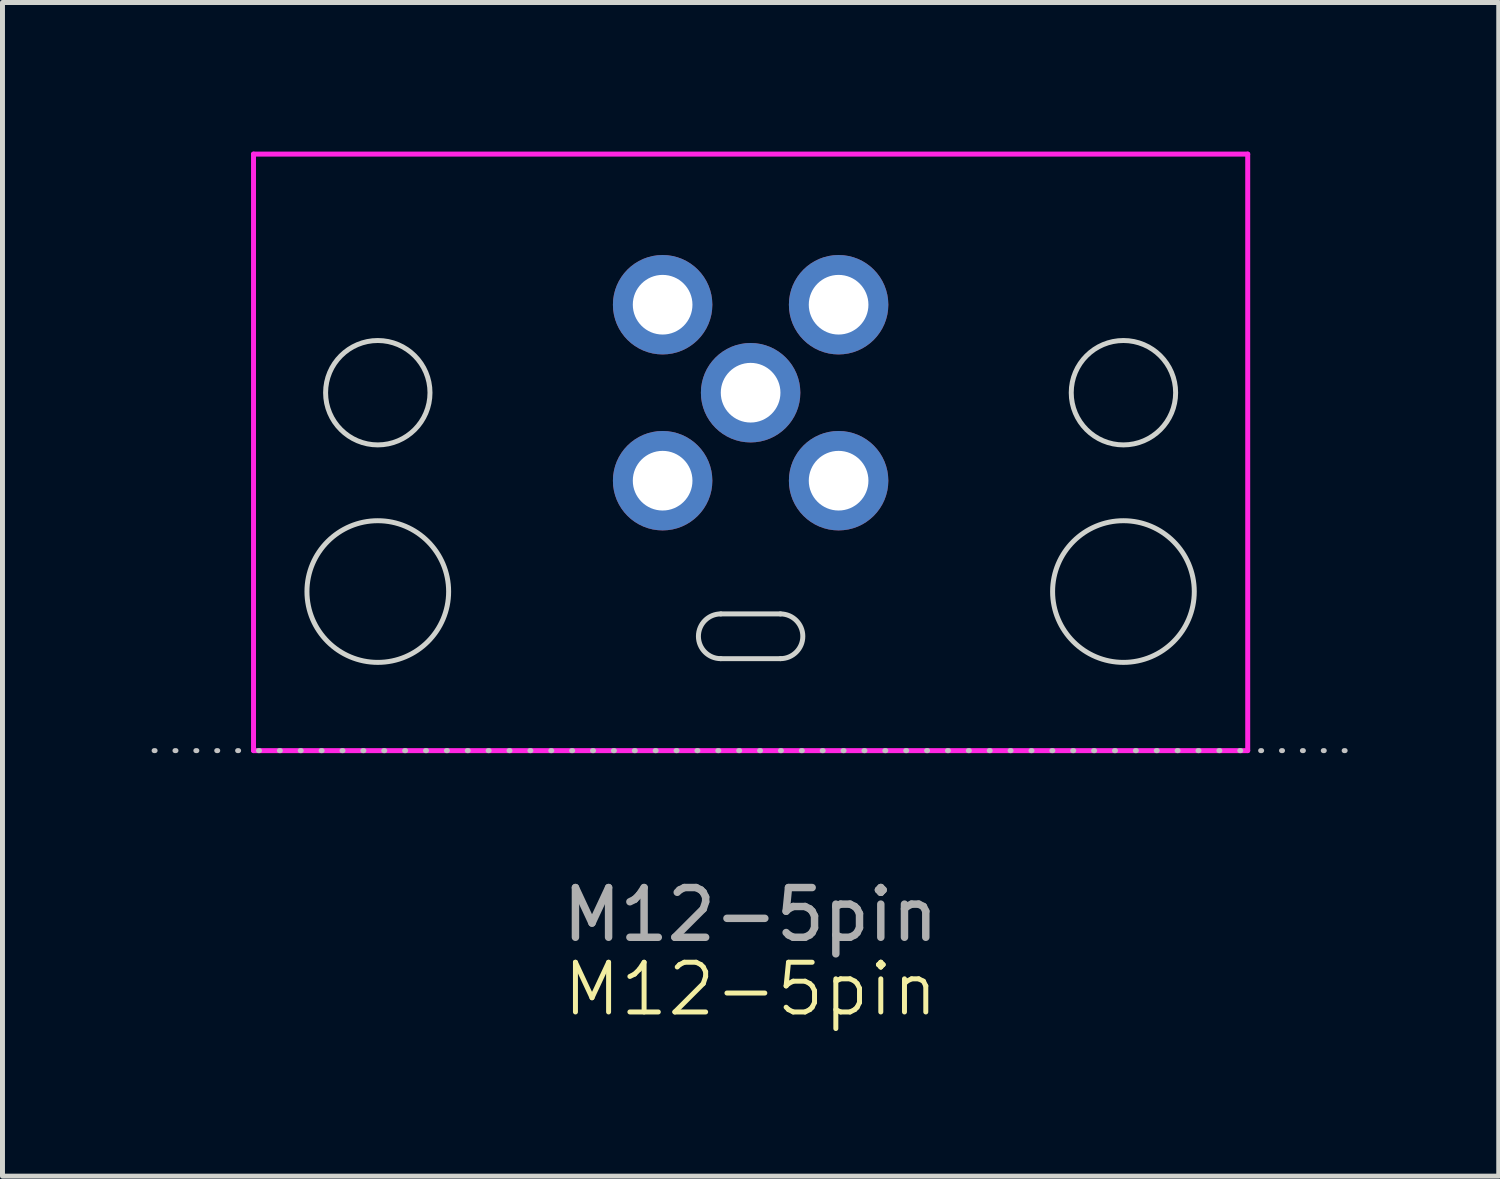
<source format=kicad_pcb>
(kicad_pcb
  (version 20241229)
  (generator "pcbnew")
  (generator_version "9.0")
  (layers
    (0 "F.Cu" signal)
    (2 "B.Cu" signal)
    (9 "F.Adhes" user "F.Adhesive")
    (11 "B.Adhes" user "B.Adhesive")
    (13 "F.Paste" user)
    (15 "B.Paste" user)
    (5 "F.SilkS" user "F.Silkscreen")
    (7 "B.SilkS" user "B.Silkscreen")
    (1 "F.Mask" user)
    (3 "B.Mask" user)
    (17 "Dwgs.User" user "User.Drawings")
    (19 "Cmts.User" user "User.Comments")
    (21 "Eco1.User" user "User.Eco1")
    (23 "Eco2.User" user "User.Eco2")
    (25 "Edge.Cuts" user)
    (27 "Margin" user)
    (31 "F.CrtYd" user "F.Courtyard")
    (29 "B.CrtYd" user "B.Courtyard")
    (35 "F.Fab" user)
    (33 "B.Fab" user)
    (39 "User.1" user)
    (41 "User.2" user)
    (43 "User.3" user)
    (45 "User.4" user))
  (footprint "M12-5pin"
    (layer "F.Cu")
    (at 12.05 4.85)
    (property "Reference" "M12-5pin" (at 0 12 0) (unlocked yes) (layer "F.SilkS") (effects (font (size 1 1) (thickness 0.1))))
    (attr through_hole)
    (fp_line (start -12 7.2) (end 12 7.2) (stroke (width 0.1) (type dot)) (layer "Dwgs.User"))
    (fp_line (start -0.6 4.45) (end 0.6 4.45) (stroke (width 0.1) (type default)) (layer "Edge.Cuts"))
    (fp_line (start -0.6 5.35) (end 0.6 5.35) (stroke (width 0.1) (type default)) (layer "Edge.Cuts"))
    (fp_arc (start -0.6 5.35) (mid -1.05 4.9) (end -0.6 4.45) (stroke (width 0.1) (type default)) (layer "Edge.Cuts"))
    (fp_arc (start 0.6 4.45) (mid 1.05 4.9) (end 0.6 5.35) (stroke (width 0.1) (type default)) (layer "Edge.Cuts"))
    (fp_circle (center -7.5 0) (end -6.45 0) (stroke (width 0.1) (type default)) (fill no) (layer "Edge.Cuts"))
    (fp_circle (center -7.5 4) (end -6.075 4) (stroke (width 0.1) (type default)) (fill no) (layer "Edge.Cuts"))
    (fp_circle (center 7.5 0) (end 8.55 0) (stroke (width 0.1) (type default)) (fill no) (layer "Edge.Cuts"))
    (fp_circle (center 7.5 4) (end 8.925 4) (stroke (width 0.1) (type default)) (fill no) (layer "Edge.Cuts"))
    (fp_line (start -10 -4.8) (end 10 -4.8) (stroke (width 0.1) (type default)) (layer "F.CrtYd"))
    (fp_line (start -10 7.2) (end -10 -4.8) (stroke (width 0.1) (type default)) (layer "F.CrtYd"))
    (fp_line (start 10 -4.8) (end 10 7.2) (stroke (width 0.1) (type default)) (layer "F.CrtYd"))
    (fp_line (start 10 7.2) (end -10 7.2) (stroke (width 0.1) (type default)) (layer "F.CrtYd"))
    (fp_text user "${REFERENCE}" (at 0 10.5 0) (unlocked yes) (layer "F.Fab") (effects (font (size 1 1) (thickness 0.15))))
    (pad "1" thru_hole circle (at 1.77 -1.77) (size 2 2) (drill 1.2) (layers "*.Cu" "*.Mask"))
    (pad "2" thru_hole circle (at -1.77 -1.77) (size 2 2) (drill 1.2) (layers "*.Cu" "*.Mask"))
    (pad "3" thru_hole circle (at -1.77 1.77) (size 2 2) (drill 1.2) (layers "*.Cu" "*.Mask"))
    (pad "4" thru_hole circle (at 1.77 1.77) (size 2 2) (drill 1.2) (layers "*.Cu" "*.Mask"))
    (pad "5" thru_hole circle (at 0 0) (size 2 2) (drill 1.2) (layers "*.Cu" "*.Mask")))
  (gr_rect
    (start -3 -3)
    (end 27.1 20.61)
    (stroke (width 0.1) (type default))
    (fill no)
    (layer "Edge.Cuts")))
</source>
